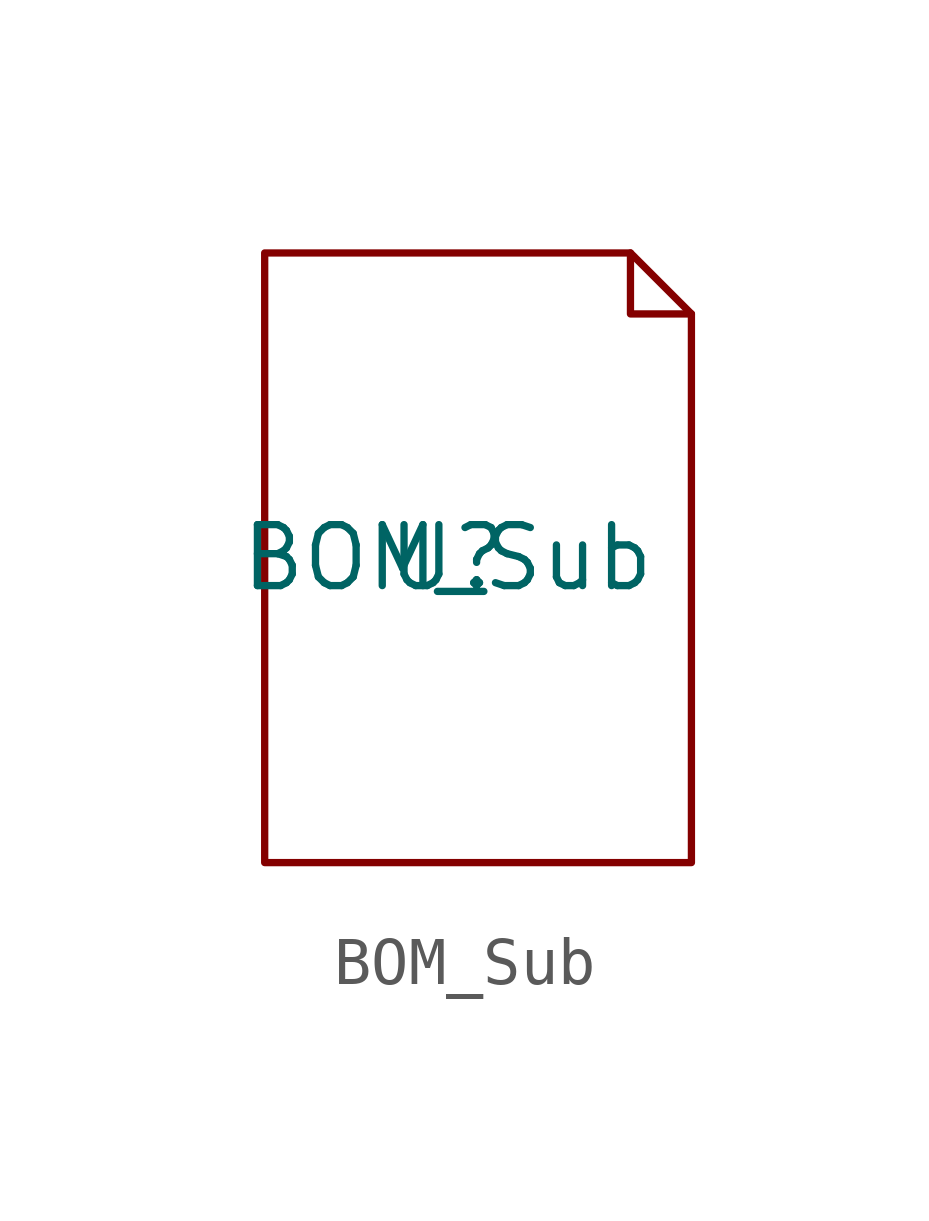
<source format=kicad_sym>
(kicad_symbol_lib
  (version 20211014)
  (generator kicad_symbol_editor)
  (symbol "BOM_Sub"
    (pin_names
      (offset 1.016))
    (property "Reference" "U"
      (at 0 0 0)
      (effects (font (size 1.27 1.27))))
    (property "Value" "BOM_Sub"
      (at 0 0 0)
      (effects (font (size 1.27 1.27))))
    (symbol "BOM_Sub_0_1"
      (polyline (pts (xy 3.81 6.35) (xy 3.81 5.08) (xy 5.08 5.08)) (stroke (width 0) (type default) (color 0 0 0 0)) (fill (type none)))
      (polyline (pts (xy -3.81 -6.35) (xy 5.08 -6.35) (xy 5.08 5.08) (xy 3.81 6.35) (xy -3.81 6.35) (xy -3.81 -6.35)) (stroke (width 0) (type default) (color 0 0 0 0)) (fill (type none))))))
</source>
